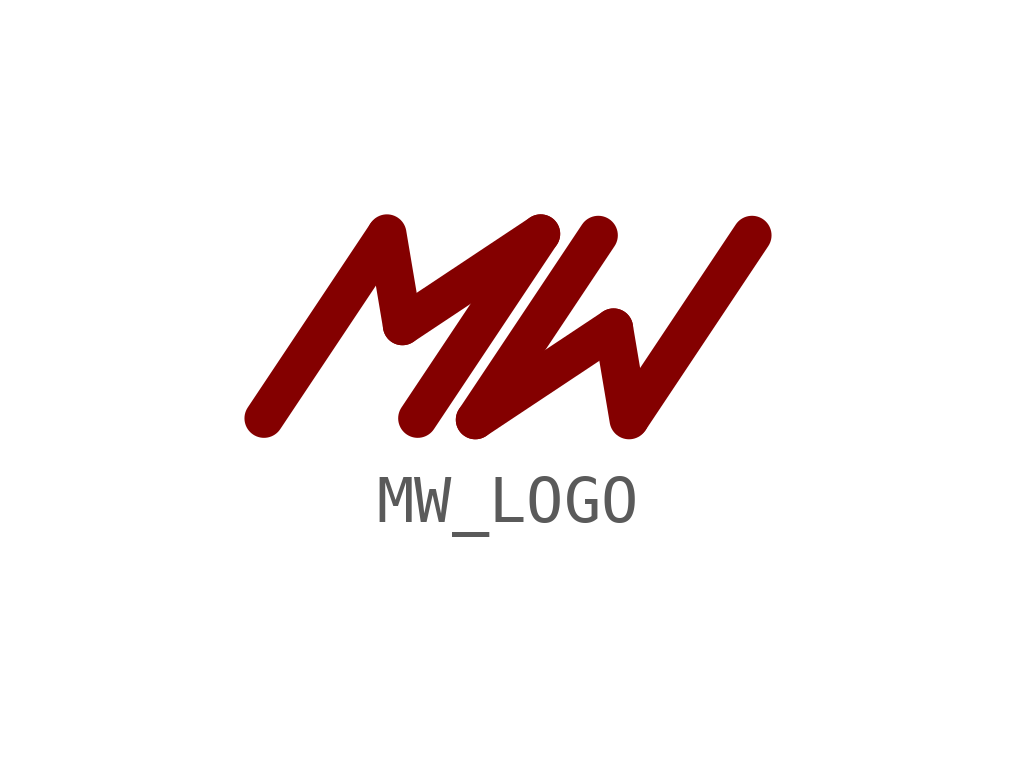
<source format=kicad_sym>
(kicad_symbol_lib
  (version 20201005)
  (generator kicad_symbol_editor)
  (symbol "MW_LOGO"
    (property "Reference" ""
      (at 0 0 0)
      (effects (font (size 1.27 1.27)) hide))
    (property "ki_locked" ""
      (at 0 0 0)
      (effects (font (size 1.27 1.27))))
    (symbol "MW_LOGO_1_0"
      (polyline (pts (xy 0 0) (xy 2.54 3.81)) (stroke (width 0.813)) (fill (type none)))
      (polyline (pts (xy 5.76 3.84) (xy 3.2 0)) (stroke (width 0.813)) (fill (type none)))
      (polyline (pts (xy 2.56 3.84) (xy 2.882 1.928)) (stroke (width 0.813)) (fill (type none)))
      (polyline (pts (xy 2.882 1.928) (xy 5.76 3.84)) (stroke (width 0.813)) (fill (type none)))
      (polyline (pts (xy 10.16 3.81) (xy 7.62 0)) (stroke (width 0.813)) (fill (type none)))
      (polyline (pts (xy 4.4 -0.03) (xy 6.96 3.81)) (stroke (width 0.813)) (fill (type none)))
      (polyline (pts (xy 7.6 -0.03) (xy 7.278 1.882)) (stroke (width 0.813)) (fill (type none)))
      (polyline (pts (xy 7.278 1.882) (xy 4.4 -0.03)) (stroke (width 0.813)) (fill (type none))))))
</source>
